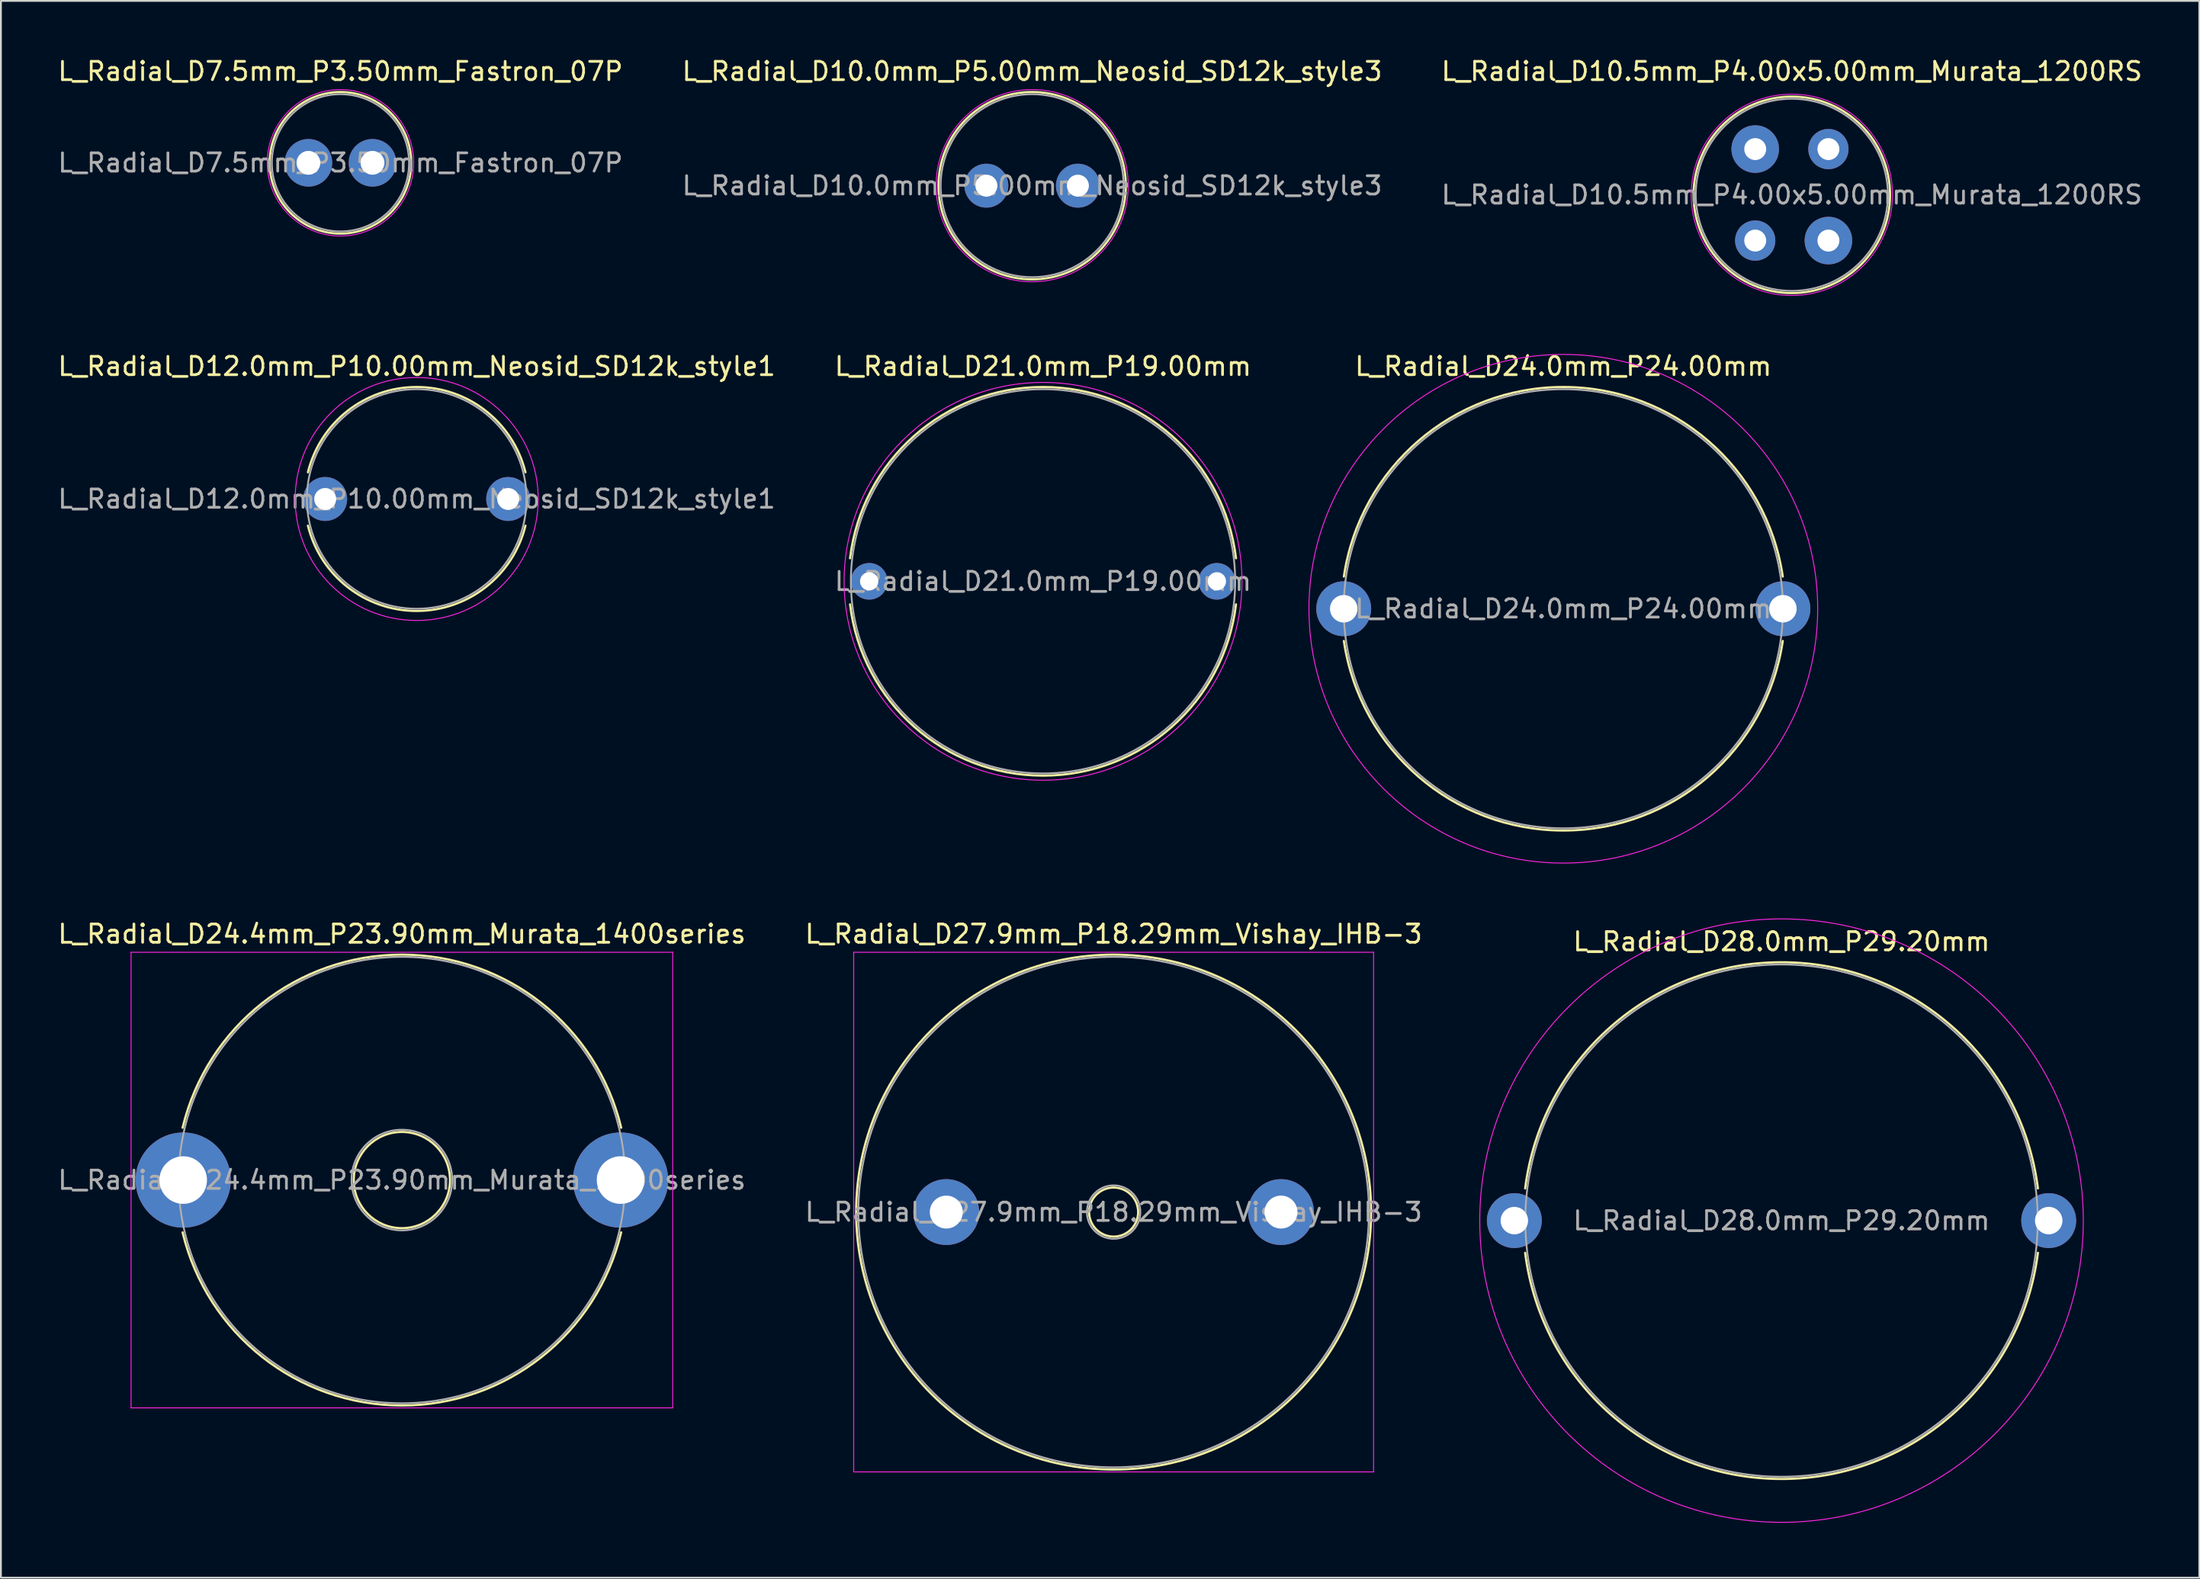
<source format=kicad_pcb>
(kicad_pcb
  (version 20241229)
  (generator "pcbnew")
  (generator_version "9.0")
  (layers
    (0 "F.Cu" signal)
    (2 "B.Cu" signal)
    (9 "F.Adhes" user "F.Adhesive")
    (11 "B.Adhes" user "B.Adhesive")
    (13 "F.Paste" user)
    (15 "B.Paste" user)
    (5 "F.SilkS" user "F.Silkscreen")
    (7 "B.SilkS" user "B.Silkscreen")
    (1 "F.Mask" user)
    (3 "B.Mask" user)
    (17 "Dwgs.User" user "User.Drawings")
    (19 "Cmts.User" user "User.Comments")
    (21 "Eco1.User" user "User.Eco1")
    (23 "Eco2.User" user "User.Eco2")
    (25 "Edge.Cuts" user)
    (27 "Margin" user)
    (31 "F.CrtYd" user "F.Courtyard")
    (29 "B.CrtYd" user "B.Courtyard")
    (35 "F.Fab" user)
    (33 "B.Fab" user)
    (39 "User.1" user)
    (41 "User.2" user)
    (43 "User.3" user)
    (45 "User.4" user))
  (footprint "L_Radial_D7.5mm_P3.50mm_Fastron_07P"
    (layer "F.Cu")
    (at 13.804 5.848)
    (property "Reference" "L_Radial_D7.5mm_P3.50mm_Fastron_07P" (at 1.75 -5 0) (layer "F.SilkS") (effects (font (size 1 1) (thickness 0.15))))
    (attr through_hole)
    (fp_circle (center 1.75 0) (end 5.62 0) (stroke (width 0.12) (type solid)) (fill no) (layer "F.SilkS"))
    (fp_circle (center 1.75 0) (end 5.75 0) (stroke (width 0.05) (type solid)) (fill no) (layer "F.CrtYd"))
    (fp_circle (center 1.75 0) (end 5.5 0) (stroke (width 0.1) (type solid)) (fill no) (layer "F.Fab"))
    (fp_text user "${REFERENCE}" (at 1.75 0 0) (layer "F.Fab") (effects (font (size 1 1) (thickness 0.15))))
    (pad "1" thru_hole circle (at 0 0) (size 2.6 2.6) (drill 1.3) (layers "*.Cu" "*.Mask"))
    (pad "2" thru_hole circle (at 3.5 0) (size 2.6 2.6) (drill 1.3) (layers "*.Cu" "*.Mask")))
  (footprint "L_Radial_D12.0mm_P10.00mm_Neosid_SD12k_style1"
    (layer "F.Cu")
    (at 14.72 24.221)
    (property "Reference" "L_Radial_D12.0mm_P10.00mm_Neosid_SD12k_style1" (at 5 -7.25 0) (layer "F.SilkS") (effects (font (size 1 1) (thickness 0.15))))
    (attr through_hole)
    (fp_arc (start -0.943299 -1.46) (mid 5 -6.12) (end 10.943299 -1.46) (stroke (width 0.12) (type solid)) (layer "F.SilkS"))
    (fp_arc (start 10.943299 1.46) (mid 5 6.12) (end -0.943299 1.46) (stroke (width 0.12) (type solid)) (layer "F.SilkS"))
    (fp_circle (center 5 0) (end 11.64 0) (stroke (width 0.05) (type solid)) (fill no) (layer "F.CrtYd"))
    (fp_circle (center 5 0) (end 11 0) (stroke (width 0.1) (type solid)) (fill no) (layer "F.Fab"))
    (fp_text user "${REFERENCE}" (at 5 0 0) (layer "F.Fab") (effects (font (size 1 1) (thickness 0.15))))
    (pad "1" thru_hole circle (at 0 0) (size 2.4 2.4) (drill 1.2) (layers "*.Cu" "*.Mask"))
    (pad "2" thru_hole circle (at 10 0) (size 2.4 2.4) (drill 1.2) (layers "*.Cu" "*.Mask")))
  (footprint "L_Radial_D27.9mm_P18.29mm_Vishay_IHB-3"
    (layer "F.Cu")
    (at 48.659 63.195)
    (property "Reference" "L_Radial_D27.9mm_P18.29mm_Vishay_IHB-3" (at 9.145 -15.2 0) (layer "F.SilkS") (effects (font (size 1 1) (thickness 0.15))))
    (attr through_hole)
    (fp_circle (center 9.145 0) (end 10.485 0) (stroke (width 0.12) (type solid)) (fill no) (layer "F.SilkS"))
    (fp_circle (center 9.145 0) (end 23.215 0) (stroke (width 0.12) (type solid)) (fill no) (layer "F.SilkS"))
    (fp_line (start -5.06 -14.2) (end -5.06 14.2) (stroke (width 0.05) (type solid)) (layer "F.CrtYd"))
    (fp_line (start -5.06 14.2) (end 23.35 14.2) (stroke (width 0.05) (type solid)) (layer "F.CrtYd"))
    (fp_line (start 23.35 -14.2) (end -5.06 -14.2) (stroke (width 0.05) (type solid)) (layer "F.CrtYd"))
    (fp_line (start 23.35 14.2) (end 23.35 -14.2) (stroke (width 0.05) (type solid)) (layer "F.CrtYd"))
    (fp_circle (center 9.145 0) (end 10.605 0) (stroke (width 0.1) (type solid)) (fill no) (layer "F.Fab"))
    (fp_circle (center 9.145 0) (end 23.095 0) (stroke (width 0.1) (type solid)) (fill no) (layer "F.Fab"))
    (fp_text user "${REFERENCE}" (at 9.145 0 0) (layer "F.Fab") (effects (font (size 1 1) (thickness 0.15))))
    (pad "1" thru_hole circle (at 0 0) (size 3.6 3.6) (drill 1.8) (layers "*.Cu" "*.Mask"))
    (pad "2" thru_hole circle (at 18.29 0) (size 3.6 3.6) (drill 1.8) (layers "*.Cu" "*.Mask")))
  (footprint "L_Radial_D10.0mm_P5.00mm_Neosid_SD12k_style3"
    (layer "F.Cu")
    (at 50.851 7.098)
    (property "Reference" "L_Radial_D10.0mm_P5.00mm_Neosid_SD12k_style3" (at 2.5 -6.25 0) (layer "F.SilkS") (effects (font (size 1 1) (thickness 0.15))))
    (attr through_hole)
    (fp_circle (center 2.5 0) (end 7.62 0) (stroke (width 0.12) (type solid)) (fill no) (layer "F.SilkS"))
    (fp_circle (center 2.5 0) (end 7.75 0) (stroke (width 0.05) (type solid)) (fill no) (layer "F.CrtYd"))
    (fp_circle (center 2.5 0) (end 7.5 0) (stroke (width 0.1) (type solid)) (fill no) (layer "F.Fab"))
    (fp_text user "${REFERENCE}" (at 2.5 0 0) (layer "F.Fab") (effects (font (size 1 1) (thickness 0.15))))
    (pad "1" thru_hole circle (at 0 0) (size 2.4 2.4) (drill 1.2) (layers "*.Cu" "*.Mask"))
    (pad "2" thru_hole circle (at 5 0) (size 2.4 2.4) (drill 1.2) (layers "*.Cu" "*.Mask")))
  (footprint "L_Radial_D28.0mm_P29.20mm"
    (layer "F.Cu")
    (at 79.701 63.661)
    (property "Reference" "L_Radial_D28.0mm_P29.20mm" (at 14.6 -15.25 0) (layer "F.SilkS") (effects (font (size 1 1) (thickness 0.15))))
    (attr through_hole)
    (fp_arc (start 0.590118 -1.76) (mid 14.6 -14.12) (end 28.609882 -1.76) (stroke (width 0.12) (type solid)) (layer "F.SilkS"))
    (fp_arc (start 28.609882 1.76) (mid 14.6 14.12) (end 0.590118 1.76) (stroke (width 0.12) (type solid)) (layer "F.SilkS"))
    (fp_circle (center 14.6 0) (end 31.09 0) (stroke (width 0.05) (type solid)) (fill no) (layer "F.CrtYd"))
    (fp_circle (center 14.6 0) (end 28.6 0) (stroke (width 0.1) (type solid)) (fill no) (layer "F.Fab"))
    (fp_text user "${REFERENCE}" (at 14.6 0 0) (layer "F.Fab") (effects (font (size 1 1) (thickness 0.15))))
    (pad "1" thru_hole circle (at 0 0) (size 3 3) (drill 1.5) (layers "*.Cu" "*.Mask"))
    (pad "2" thru_hole circle (at 29.2 0) (size 3 3) (drill 1.5) (layers "*.Cu" "*.Mask")))
  (footprint "L_Radial_D10.5mm_P4.00x5.00mm_Murata_1200RS"
    (layer "F.Cu")
    (at 92.863 5.098)
    (property "Reference" "L_Radial_D10.5mm_P4.00x5.00mm_Murata_1200RS" (at 2 -4.25 0) (layer "F.SilkS") (effects (font (size 1 1) (thickness 0.15))))
    (attr through_hole)
    (fp_circle (center 2 2.5) (end 7.37 2.5) (stroke (width 0.12) (type solid)) (fill no) (layer "F.SilkS"))
    (fp_circle (center 2 2.5) (end 7.5 2.5) (stroke (width 0.05) (type solid)) (fill no) (layer "F.CrtYd"))
    (fp_circle (center 2 2.5) (end 7.25 2.5) (stroke (width 0.1) (type solid)) (fill no) (layer "F.Fab"))
    (fp_text user "${REFERENCE}" (at 2 2.5 0) (layer "F.Fab") (effects (font (size 1 1) (thickness 0.15))))
    (pad "" thru_hole circle (at 0 5) (size 2.2 2.2) (drill 1.2) (layers "*.Cu" "*.Mask"))
    (pad "" thru_hole circle (at 4 0) (size 2.2 2.2) (drill 1.2) (layers "*.Cu" "*.Mask"))
    (pad "1" thru_hole circle (at 0 0) (size 2.6 2.6) (drill 1.2) (layers "*.Cu" "*.Mask"))
    (pad "2" thru_hole circle (at 4 5) (size 2.6 2.6) (drill 1.2) (layers "*.Cu" "*.Mask")))
  (footprint "L_Radial_D21.0mm_P19.00mm"
    (layer "F.Cu")
    (at 44.446 28.721)
    (property "Reference" "L_Radial_D21.0mm_P19.00mm" (at 9.5 -11.75 0) (layer "F.SilkS") (effects (font (size 1 1) (thickness 0.15))))
    (attr through_hole)
    (fp_arc (start -1.044989 -1.26) (mid 9.5 -10.62) (end 20.044989 -1.26) (stroke (width 0.12) (type solid)) (layer "F.SilkS"))
    (fp_arc (start 20.044989 1.26) (mid 9.5 10.62) (end -1.044989 1.26) (stroke (width 0.12) (type solid)) (layer "F.SilkS"))
    (fp_circle (center 9.5 0) (end 20.37 0) (stroke (width 0.05) (type solid)) (fill no) (layer "F.CrtYd"))
    (fp_circle (center 9.5 0) (end 20 0) (stroke (width 0.1) (type solid)) (fill no) (layer "F.Fab"))
    (fp_text user "${REFERENCE}" (at 9.5 0 0) (layer "F.Fab") (effects (font (size 1 1) (thickness 0.15))))
    (pad "1" thru_hole circle (at 0 0) (size 2 2) (drill 1) (layers "*.Cu" "*.Mask"))
    (pad "2" thru_hole circle (at 19 0) (size 2 2) (drill 1) (layers "*.Cu" "*.Mask")))
  (footprint "L_Radial_D24.4mm_P23.90mm_Murata_1400series"
    (layer "F.Cu")
    (at 6.961 61.445)
    (property "Reference" "L_Radial_D24.4mm_P23.90mm_Murata_1400series" (at 11.95 -13.45 0) (layer "F.SilkS") (effects (font (size 1 1) (thickness 0.15))))
    (attr through_hole)
    (fp_arc (start -0.033439 -2.86) (mid 11.95 -12.32) (end 23.933439 -2.86) (stroke (width 0.12) (type solid)) (layer "F.SilkS"))
    (fp_arc (start 23.933439 2.86) (mid 11.95 12.32) (end -0.033439 2.86) (stroke (width 0.12) (type solid)) (layer "F.SilkS"))
    (fp_circle (center 11.95 0) (end 14.58 0) (stroke (width 0.12) (type solid)) (fill no) (layer "F.SilkS"))
    (fp_line (start -2.85 -12.45) (end -2.85 12.45) (stroke (width 0.05) (type solid)) (layer "F.CrtYd"))
    (fp_line (start -2.85 12.45) (end 26.75 12.45) (stroke (width 0.05) (type solid)) (layer "F.CrtYd"))
    (fp_line (start 26.75 -12.45) (end -2.85 -12.45) (stroke (width 0.05) (type solid)) (layer "F.CrtYd"))
    (fp_line (start 26.75 12.45) (end 26.75 -12.45) (stroke (width 0.05) (type solid)) (layer "F.CrtYd"))
    (fp_circle (center 11.95 0) (end 14.7 0) (stroke (width 0.1) (type solid)) (fill no) (layer "F.Fab"))
    (fp_circle (center 11.95 0) (end 24.15 0) (stroke (width 0.1) (type solid)) (fill no) (layer "F.Fab"))
    (fp_text user "${REFERENCE}" (at 11.95 0 0) (layer "F.Fab") (effects (font (size 1 1) (thickness 0.15))))
    (pad "1" thru_hole circle (at 0 0) (size 5.2 5.2) (drill 2.6) (layers "*.Cu" "*.Mask"))
    (pad "2" thru_hole circle (at 23.9 0) (size 5.2 5.2) (drill 2.6) (layers "*.Cu" "*.Mask")))
  (footprint "L_Radial_D24.0mm_P24.00mm"
    (layer "F.Cu")
    (at 70.377 30.221)
    (property "Reference" "L_Radial_D24.0mm_P24.00mm" (at 12 -13.25 0) (layer "F.SilkS") (effects (font (size 1 1) (thickness 0.15))))
    (attr through_hole)
    (fp_arc (start 0.00847 -1.76) (mid 12 -12.12) (end 23.99153 -1.76) (stroke (width 0.12) (type solid)) (layer "F.SilkS"))
    (fp_arc (start 23.99153 1.76) (mid 12 12.12) (end 0.00847 1.76) (stroke (width 0.12) (type solid)) (layer "F.SilkS"))
    (fp_circle (center 12 0) (end 25.9 0) (stroke (width 0.05) (type solid)) (fill no) (layer "F.CrtYd"))
    (fp_circle (center 12 0) (end 24 0) (stroke (width 0.1) (type solid)) (fill no) (layer "F.Fab"))
    (fp_text user "${REFERENCE}" (at 12 0 0) (layer "F.Fab") (effects (font (size 1 1) (thickness 0.15))))
    (pad "1" thru_hole circle (at 0 0) (size 3 3) (drill 1.5) (layers "*.Cu" "*.Mask"))
    (pad "2" thru_hole circle (at 24 0) (size 3 3) (drill 1.5) (layers "*.Cu" "*.Mask")))
  (gr_rect
    (start -3 -3)
    (end 117.131 83.177)
    (stroke (width 0.1) (type default))
    (fill no)
    (layer "Edge.Cuts")))
</source>
